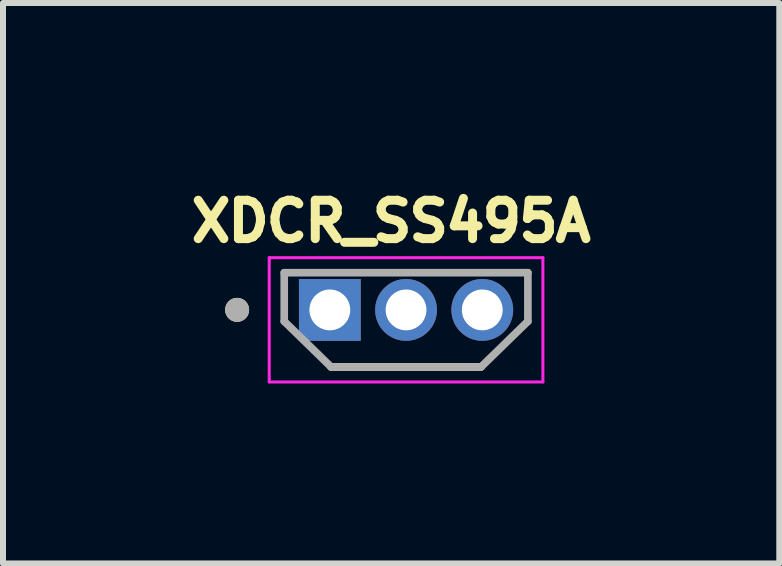
<source format=kicad_pcb>
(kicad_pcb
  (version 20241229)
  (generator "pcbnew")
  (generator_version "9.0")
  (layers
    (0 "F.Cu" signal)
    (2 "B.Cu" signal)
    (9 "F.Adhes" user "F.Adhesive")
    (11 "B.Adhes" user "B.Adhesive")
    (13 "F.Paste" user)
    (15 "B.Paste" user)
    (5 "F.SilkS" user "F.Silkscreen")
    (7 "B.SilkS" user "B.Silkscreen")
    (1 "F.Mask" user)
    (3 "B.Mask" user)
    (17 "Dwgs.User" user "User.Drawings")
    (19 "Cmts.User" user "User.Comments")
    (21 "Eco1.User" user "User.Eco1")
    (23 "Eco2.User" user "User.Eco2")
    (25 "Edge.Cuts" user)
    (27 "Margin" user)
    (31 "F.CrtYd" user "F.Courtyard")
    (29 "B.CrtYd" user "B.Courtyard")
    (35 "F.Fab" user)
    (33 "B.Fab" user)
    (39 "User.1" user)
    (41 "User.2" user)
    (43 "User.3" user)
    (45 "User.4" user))
  (footprint "XDCR_SS495A"
    (layer "F.Cu")
    (at 3.716 2.279)
    (property "Reference" "XDCR_SS495A" (at -0.248 -1.641 0) (layer "F.SilkS") (effects (font (size 0.64 0.64) (thickness 0.15))))
    (attr through_hole)
    (fp_line (start -1.25 0.785) (end 1.25 0.785) (stroke (width 0.127) (type solid)) (layer "F.SilkS"))
    (fp_circle (center -2.815 -0.166) (end -2.715 -0.166) (stroke (width 0.2) (type solid)) (fill no) (layer "F.SilkS"))
    (fp_line (start -2.28 -1.035) (end -2.28 1.035) (stroke (width 0.05) (type solid)) (layer "F.CrtYd"))
    (fp_line (start -2.28 1.035) (end 2.28 1.035) (stroke (width 0.05) (type solid)) (layer "F.CrtYd"))
    (fp_line (start 2.28 -1.035) (end -2.28 -1.035) (stroke (width 0.05) (type solid)) (layer "F.CrtYd"))
    (fp_line (start 2.28 1.035) (end 2.28 -1.035) (stroke (width 0.05) (type solid)) (layer "F.CrtYd"))
    (fp_line (start -2.03 -0.785) (end -2.03 0.025) (stroke (width 0.127) (type solid)) (layer "F.Fab"))
    (fp_line (start -2.03 0.025) (end -1.25 0.785) (stroke (width 0.127) (type solid)) (layer "F.Fab"))
    (fp_line (start -1.25 0.785) (end 1.25 0.785) (stroke (width 0.127) (type solid)) (layer "F.Fab"))
    (fp_line (start 2.03 -0.785) (end -2.03 -0.785) (stroke (width 0.127) (type solid)) (layer "F.Fab"))
    (fp_line (start 2.03 0.025) (end 1.25 0.785) (stroke (width 0.127) (type solid)) (layer "F.Fab"))
    (fp_line (start 2.03 0.025) (end 2.03 -0.785) (stroke (width 0.127) (type solid)) (layer "F.Fab"))
    (fp_circle (center -2.815 -0.166) (end -2.715 -0.166) (stroke (width 0.2) (type solid)) (fill no) (layer "F.Fab"))
    (pad "1" thru_hole rect (at -1.27 -0.165) (size 1.03 1.03) (drill 0.68) (layers "*.Cu" "*.Mask"))
    (pad "2" thru_hole circle (at 0 -0.165) (size 1.03 1.03) (drill 0.68) (layers "*.Cu" "*.Mask"))
    (pad "3" thru_hole circle (at 1.27 -0.165) (size 1.03 1.03) (drill 0.68) (layers "*.Cu" "*.Mask")))
  (gr_rect
    (start -3 -3)
    (end 9.935 6.339)
    (stroke (width 0.1) (type default))
    (fill no)
    (layer "Edge.Cuts")))
</source>
